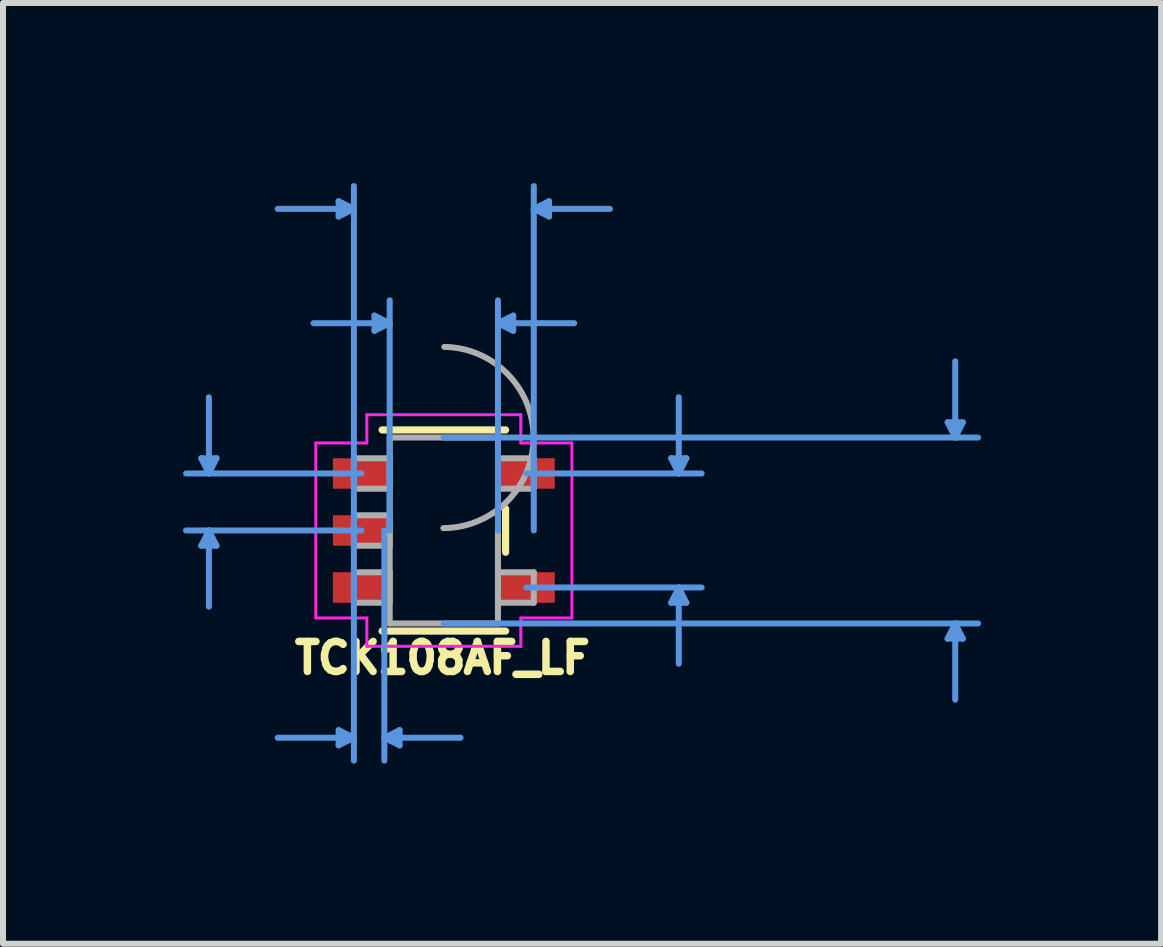
<source format=kicad_pcb>
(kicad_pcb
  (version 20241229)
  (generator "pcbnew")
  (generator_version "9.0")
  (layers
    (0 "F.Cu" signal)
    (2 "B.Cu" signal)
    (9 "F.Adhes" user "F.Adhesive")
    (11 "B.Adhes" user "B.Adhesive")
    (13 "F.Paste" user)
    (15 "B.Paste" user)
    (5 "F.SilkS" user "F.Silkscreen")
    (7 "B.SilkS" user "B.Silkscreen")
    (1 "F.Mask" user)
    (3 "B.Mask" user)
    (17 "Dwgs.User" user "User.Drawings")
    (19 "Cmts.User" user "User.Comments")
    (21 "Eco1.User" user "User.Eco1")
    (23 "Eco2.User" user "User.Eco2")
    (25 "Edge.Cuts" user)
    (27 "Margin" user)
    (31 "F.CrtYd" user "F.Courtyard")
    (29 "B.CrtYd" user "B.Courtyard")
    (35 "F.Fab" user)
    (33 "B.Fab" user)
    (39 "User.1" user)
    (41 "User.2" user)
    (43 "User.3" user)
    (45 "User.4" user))
  (footprint "TCK108AF_LF"
    (layer "F.Cu")
    (at 4.346 5.79)
    (property "Reference" "TCK108AF_LF" (at -0.024 2.124 180) (layer "F.SilkS") (effects (font (size 0.5 0.5) (thickness 0.125))))
    (attr smd)
    (fp_line (start -1.029 1.676) (end 1.029 1.676) (stroke (width 0.12) (type solid)) (layer "F.SilkS"))
    (fp_line (start 1.029 -1.676) (end -1.029 -1.676) (stroke (width 0.12) (type solid)) (layer "F.SilkS"))
    (fp_line (start 1.029 0.363) (end 1.029 -0.363) (stroke (width 0.12) (type solid)) (layer "F.SilkS"))
    (fp_line (start -4.042 -1.204) (end -3.788 -1.204) (stroke (width 0.1) (type solid)) (layer "Cmts.User"))
    (fp_line (start -4.042 0.254) (end -3.788 0.254) (stroke (width 0.1) (type solid)) (layer "Cmts.User"))
    (fp_line (start -3.915 -0.95) (end -4.042 -1.204) (stroke (width 0.1) (type solid)) (layer "Cmts.User"))
    (fp_line (start -3.915 -0.95) (end -3.915 -2.22) (stroke (width 0.1) (type solid)) (layer "Cmts.User"))
    (fp_line (start -3.915 -0.95) (end -3.788 -1.204) (stroke (width 0.1) (type solid)) (layer "Cmts.User"))
    (fp_line (start -3.915 0) (end -4.042 0.254) (stroke (width 0.1) (type solid)) (layer "Cmts.User"))
    (fp_line (start -3.915 0) (end -3.915 1.27) (stroke (width 0.1) (type solid)) (layer "Cmts.User"))
    (fp_line (start -3.915 0) (end -3.788 0.254) (stroke (width 0.1) (type solid)) (layer "Cmts.User"))
    (fp_line (start -1.753 -5.486) (end -1.753 -5.232) (stroke (width 0.1) (type solid)) (layer "Cmts.User"))
    (fp_line (start -1.753 3.327) (end -1.753 3.581) (stroke (width 0.1) (type solid)) (layer "Cmts.User"))
    (fp_line (start -1.499 -5.359) (end -2.769 -5.359) (stroke (width 0.1) (type solid)) (layer "Cmts.User"))
    (fp_line (start -1.499 -5.359) (end -1.753 -5.486) (stroke (width 0.1) (type solid)) (layer "Cmts.User"))
    (fp_line (start -1.499 -5.359) (end -1.753 -5.232) (stroke (width 0.1) (type solid)) (layer "Cmts.User"))
    (fp_line (start -1.499 0) (end -1.499 -5.74) (stroke (width 0.1) (type solid)) (layer "Cmts.User"))
    (fp_line (start -1.499 0) (end -1.499 3.835) (stroke (width 0.1) (type solid)) (layer "Cmts.User"))
    (fp_line (start -1.499 3.454) (end -2.769 3.454) (stroke (width 0.1) (type solid)) (layer "Cmts.User"))
    (fp_line (start -1.499 3.454) (end -1.753 3.327) (stroke (width 0.1) (type solid)) (layer "Cmts.User"))
    (fp_line (start -1.499 3.454) (end -1.753 3.581) (stroke (width 0.1) (type solid)) (layer "Cmts.User"))
    (fp_line (start -1.375 -0.95) (end -4.296 -0.95) (stroke (width 0.1) (type solid)) (layer "Cmts.User"))
    (fp_line (start -1.375 0) (end -4.296 0) (stroke (width 0.1) (type solid)) (layer "Cmts.User"))
    (fp_line (start -1.156 -3.581) (end -1.156 -3.327) (stroke (width 0.1) (type solid)) (layer "Cmts.User"))
    (fp_line (start -0.991 0) (end -0.991 3.835) (stroke (width 0.1) (type solid)) (layer "Cmts.User"))
    (fp_line (start -0.991 3.454) (end -0.737 3.327) (stroke (width 0.1) (type solid)) (layer "Cmts.User"))
    (fp_line (start -0.991 3.454) (end -0.737 3.581) (stroke (width 0.1) (type solid)) (layer "Cmts.User"))
    (fp_line (start -0.991 3.454) (end 0.279 3.454) (stroke (width 0.1) (type solid)) (layer "Cmts.User"))
    (fp_line (start -0.902 -3.454) (end -2.172 -3.454) (stroke (width 0.1) (type solid)) (layer "Cmts.User"))
    (fp_line (start -0.902 -3.454) (end -1.156 -3.581) (stroke (width 0.1) (type solid)) (layer "Cmts.User"))
    (fp_line (start -0.902 -3.454) (end -1.156 -3.327) (stroke (width 0.1) (type solid)) (layer "Cmts.User"))
    (fp_line (start -0.902 0) (end -0.902 -3.835) (stroke (width 0.1) (type solid)) (layer "Cmts.User"))
    (fp_line (start -0.737 3.327) (end -0.737 3.581) (stroke (width 0.1) (type solid)) (layer "Cmts.User"))
    (fp_line (start 0 -1.549) (end 8.903 -1.549) (stroke (width 0.1) (type solid)) (layer "Cmts.User"))
    (fp_line (start 0 1.549) (end 8.903 1.549) (stroke (width 0.1) (type solid)) (layer "Cmts.User"))
    (fp_line (start 0.902 -3.454) (end 1.156 -3.581) (stroke (width 0.1) (type solid)) (layer "Cmts.User"))
    (fp_line (start 0.902 -3.454) (end 1.156 -3.327) (stroke (width 0.1) (type solid)) (layer "Cmts.User"))
    (fp_line (start 0.902 -3.454) (end 2.172 -3.454) (stroke (width 0.1) (type solid)) (layer "Cmts.User"))
    (fp_line (start 0.902 0) (end 0.902 -3.835) (stroke (width 0.1) (type solid)) (layer "Cmts.User"))
    (fp_line (start 1.156 -3.581) (end 1.156 -3.327) (stroke (width 0.1) (type solid)) (layer "Cmts.User"))
    (fp_line (start 1.375 -0.95) (end 4.296 -0.95) (stroke (width 0.1) (type solid)) (layer "Cmts.User"))
    (fp_line (start 1.375 0.95) (end 4.296 0.95) (stroke (width 0.1) (type solid)) (layer "Cmts.User"))
    (fp_line (start 1.499 -5.359) (end 1.753 -5.486) (stroke (width 0.1) (type solid)) (layer "Cmts.User"))
    (fp_line (start 1.499 -5.359) (end 1.753 -5.232) (stroke (width 0.1) (type solid)) (layer "Cmts.User"))
    (fp_line (start 1.499 -5.359) (end 2.769 -5.359) (stroke (width 0.1) (type solid)) (layer "Cmts.User"))
    (fp_line (start 1.499 0) (end 1.499 -5.74) (stroke (width 0.1) (type solid)) (layer "Cmts.User"))
    (fp_line (start 1.753 -5.486) (end 1.753 -5.232) (stroke (width 0.1) (type solid)) (layer "Cmts.User"))
    (fp_line (start 3.788 -1.204) (end 4.042 -1.204) (stroke (width 0.1) (type solid)) (layer "Cmts.User"))
    (fp_line (start 3.788 1.204) (end 4.042 1.204) (stroke (width 0.1) (type solid)) (layer "Cmts.User"))
    (fp_line (start 3.915 -0.95) (end 3.788 -1.204) (stroke (width 0.1) (type solid)) (layer "Cmts.User"))
    (fp_line (start 3.915 -0.95) (end 3.915 -2.22) (stroke (width 0.1) (type solid)) (layer "Cmts.User"))
    (fp_line (start 3.915 -0.95) (end 4.042 -1.204) (stroke (width 0.1) (type solid)) (layer "Cmts.User"))
    (fp_line (start 3.915 0.95) (end 3.788 1.204) (stroke (width 0.1) (type solid)) (layer "Cmts.User"))
    (fp_line (start 3.915 0.95) (end 3.915 2.22) (stroke (width 0.1) (type solid)) (layer "Cmts.User"))
    (fp_line (start 3.915 0.95) (end 4.042 1.204) (stroke (width 0.1) (type solid)) (layer "Cmts.User"))
    (fp_line (start 8.395 -1.803) (end 8.649 -1.803) (stroke (width 0.1) (type solid)) (layer "Cmts.User"))
    (fp_line (start 8.395 1.803) (end 8.649 1.803) (stroke (width 0.1) (type solid)) (layer "Cmts.User"))
    (fp_line (start 8.522 -1.549) (end 8.395 -1.803) (stroke (width 0.1) (type solid)) (layer "Cmts.User"))
    (fp_line (start 8.522 -1.549) (end 8.522 -2.819) (stroke (width 0.1) (type solid)) (layer "Cmts.User"))
    (fp_line (start 8.522 -1.549) (end 8.649 -1.803) (stroke (width 0.1) (type solid)) (layer "Cmts.User"))
    (fp_line (start 8.522 1.549) (end 8.395 1.803) (stroke (width 0.1) (type solid)) (layer "Cmts.User"))
    (fp_line (start 8.522 1.549) (end 8.522 2.819) (stroke (width 0.1) (type solid)) (layer "Cmts.User"))
    (fp_line (start 8.522 1.549) (end 8.649 1.803) (stroke (width 0.1) (type solid)) (layer "Cmts.User"))
    (fp_line (start -2.134 -1.458) (end -1.283 -1.458) (stroke (width 0.05) (type solid)) (layer "F.CrtYd"))
    (fp_line (start -2.134 1.458) (end -2.134 -1.458) (stroke (width 0.05) (type solid)) (layer "F.CrtYd"))
    (fp_line (start -1.283 -1.93) (end 1.283 -1.93) (stroke (width 0.05) (type solid)) (layer "F.CrtYd"))
    (fp_line (start -1.283 -1.458) (end -1.283 -1.93) (stroke (width 0.05) (type solid)) (layer "F.CrtYd"))
    (fp_line (start -1.283 1.458) (end -2.134 1.458) (stroke (width 0.05) (type solid)) (layer "F.CrtYd"))
    (fp_line (start -1.283 1.93) (end -1.283 1.458) (stroke (width 0.05) (type solid)) (layer "F.CrtYd"))
    (fp_line (start 1.283 -1.93) (end 1.283 -1.458) (stroke (width 0.05) (type solid)) (layer "F.CrtYd"))
    (fp_line (start 1.283 -1.458) (end 2.134 -1.458) (stroke (width 0.05) (type solid)) (layer "F.CrtYd"))
    (fp_line (start 1.283 1.458) (end 1.283 1.93) (stroke (width 0.05) (type solid)) (layer "F.CrtYd"))
    (fp_line (start 1.283 1.93) (end -1.283 1.93) (stroke (width 0.05) (type solid)) (layer "F.CrtYd"))
    (fp_line (start 2.134 -1.458) (end 2.134 1.458) (stroke (width 0.05) (type solid)) (layer "F.CrtYd"))
    (fp_line (start 2.134 1.458) (end 1.283 1.458) (stroke (width 0.05) (type solid)) (layer "F.CrtYd"))
    (fp_line (start -1.499 -1.204) (end -1.499 -0.696) (stroke (width 0.1) (type solid)) (layer "F.Fab"))
    (fp_line (start -1.499 -0.696) (end -0.902 -0.696) (stroke (width 0.1) (type solid)) (layer "F.Fab"))
    (fp_line (start -1.499 -0.254) (end -1.499 0.254) (stroke (width 0.1) (type solid)) (layer "F.Fab"))
    (fp_line (start -1.499 0.254) (end -0.902 0.254) (stroke (width 0.1) (type solid)) (layer "F.Fab"))
    (fp_line (start -1.499 0.696) (end -1.499 1.204) (stroke (width 0.1) (type solid)) (layer "F.Fab"))
    (fp_line (start -1.499 1.204) (end -0.902 1.204) (stroke (width 0.1) (type solid)) (layer "F.Fab"))
    (fp_line (start -0.902 -1.549) (end -0.902 1.549) (stroke (width 0.1) (type solid)) (layer "F.Fab"))
    (fp_line (start -0.902 -1.204) (end -1.499 -1.204) (stroke (width 0.1) (type solid)) (layer "F.Fab"))
    (fp_line (start -0.902 -0.696) (end -0.902 -1.204) (stroke (width 0.1) (type solid)) (layer "F.Fab"))
    (fp_line (start -0.902 -0.254) (end -1.499 -0.254) (stroke (width 0.1) (type solid)) (layer "F.Fab"))
    (fp_line (start -0.902 0.254) (end -0.902 -0.254) (stroke (width 0.1) (type solid)) (layer "F.Fab"))
    (fp_line (start -0.902 0.696) (end -1.499 0.696) (stroke (width 0.1) (type solid)) (layer "F.Fab"))
    (fp_line (start -0.902 1.204) (end -0.902 0.696) (stroke (width 0.1) (type solid)) (layer "F.Fab"))
    (fp_line (start -0.902 1.549) (end 0.902 1.549) (stroke (width 0.1) (type solid)) (layer "F.Fab"))
    (fp_line (start 0.902 -1.549) (end -0.902 -1.549) (stroke (width 0.1) (type solid)) (layer "F.Fab"))
    (fp_line (start 0.902 -1.204) (end 0.902 -0.696) (stroke (width 0.1) (type solid)) (layer "F.Fab"))
    (fp_line (start 0.902 -0.696) (end 1.499 -0.696) (stroke (width 0.1) (type solid)) (layer "F.Fab"))
    (fp_line (start 0.902 0.696) (end 0.902 1.204) (stroke (width 0.1) (type solid)) (layer "F.Fab"))
    (fp_line (start 0.902 1.204) (end 1.499 1.204) (stroke (width 0.1) (type solid)) (layer "F.Fab"))
    (fp_line (start 0.902 1.549) (end 0.902 -1.549) (stroke (width 0.1) (type solid)) (layer "F.Fab"))
    (fp_line (start 1.499 -1.204) (end 0.902 -1.204) (stroke (width 0.1) (type solid)) (layer "F.Fab"))
    (fp_line (start 1.499 -0.696) (end 1.499 -1.204) (stroke (width 0.1) (type solid)) (layer "F.Fab"))
    (fp_line (start 1.499 0.696) (end 0.902 0.696) (stroke (width 0.1) (type solid)) (layer "F.Fab"))
    (fp_line (start 1.499 1.204) (end 1.499 0.696) (stroke (width 0.1) (type solid)) (layer "F.Fab"))
    (fp_arc (start 0.007742 -3.059445) (mid 1.510045 -1.541658) (end -0.007742 -0.039355) (stroke (width 0.1) (type solid)) (layer "F.Fab"))
    (pad "1" smd rect (at -1.375 -0.95) (size 0.947 0.508) (layers "F.Cu" "F.Mask" "F.Paste"))
    (pad "2" smd rect (at -1.375 0) (size 0.947 0.508) (layers "F.Cu" "F.Mask" "F.Paste"))
    (pad "3" smd rect (at -1.375 0.95) (size 0.947 0.508) (layers "F.Cu" "F.Mask" "F.Paste"))
    (pad "4" smd rect (at 1.375 0.95) (size 0.947 0.508) (layers "F.Cu" "F.Mask" "F.Paste"))
    (pad "5" smd rect (at 1.375 -0.95) (size 0.947 0.508) (layers "F.Cu" "F.Mask" "F.Paste")))
  (gr_rect
    (start -3 -3)
    (end 16.299 12.676)
    (stroke (width 0.1) (type default))
    (fill no)
    (layer "Edge.Cuts")))
</source>
